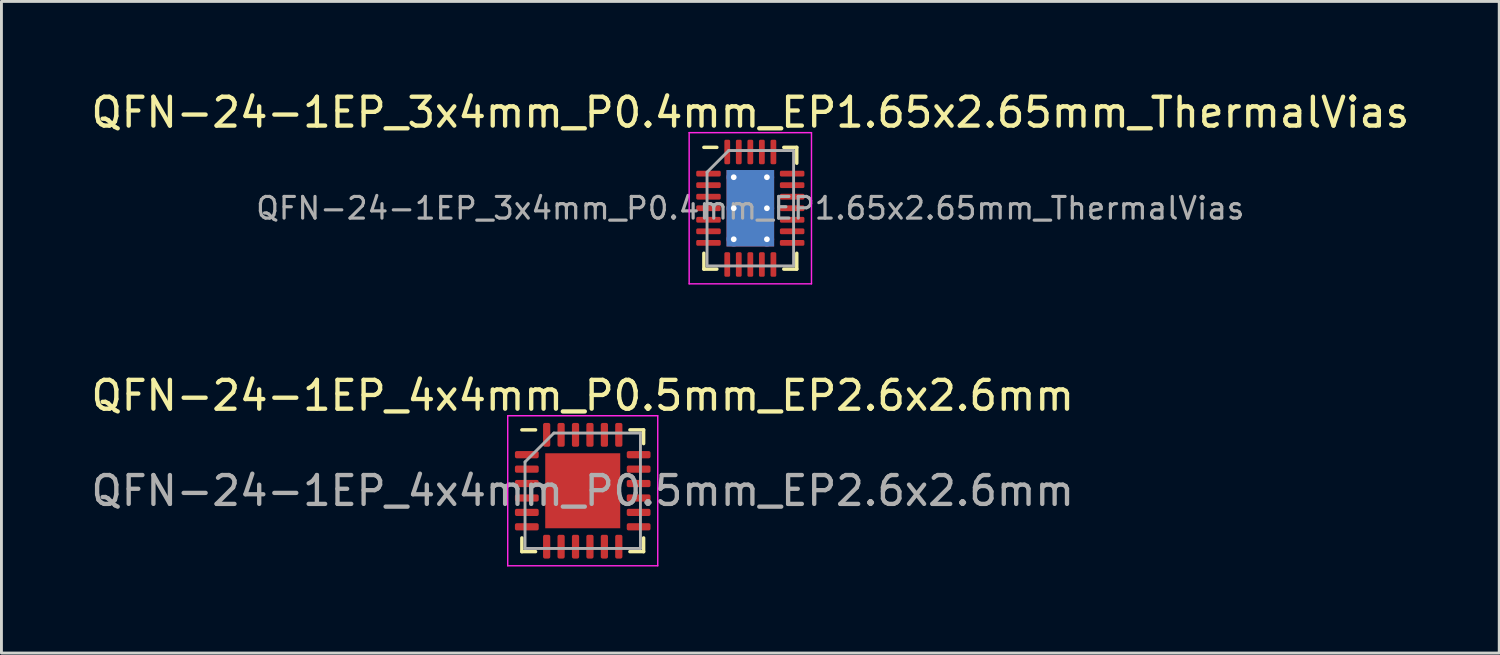
<source format=kicad_pcb>
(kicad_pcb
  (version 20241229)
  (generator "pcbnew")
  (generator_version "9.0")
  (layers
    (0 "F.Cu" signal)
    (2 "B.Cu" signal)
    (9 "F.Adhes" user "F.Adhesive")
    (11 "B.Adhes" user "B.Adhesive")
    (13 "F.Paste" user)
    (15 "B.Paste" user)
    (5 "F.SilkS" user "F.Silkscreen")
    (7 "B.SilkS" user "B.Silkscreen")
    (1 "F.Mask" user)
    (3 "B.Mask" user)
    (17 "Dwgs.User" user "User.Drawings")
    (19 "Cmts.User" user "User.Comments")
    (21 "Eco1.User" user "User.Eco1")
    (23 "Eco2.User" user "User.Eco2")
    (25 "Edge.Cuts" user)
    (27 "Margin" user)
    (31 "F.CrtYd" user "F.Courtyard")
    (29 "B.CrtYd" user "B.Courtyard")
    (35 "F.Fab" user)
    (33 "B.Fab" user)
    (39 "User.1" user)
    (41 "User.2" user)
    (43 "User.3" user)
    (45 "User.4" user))
  (footprint "QFN-24-1EP_4x4mm_P0.5mm_EP2.6x2.6mm"
    (layer "F.Cu")
    (at 17.149 13.961)
    (property "Reference" "QFN-24-1EP_4x4mm_P0.5mm_EP2.6x2.6mm" (at 0 -3.3 0) (layer "F.SilkS") (effects (font (size 1 1) (thickness 0.15))))
    (attr smd)
    (fp_line (start -2.11 2.11) (end -2.11 1.635) (stroke (width 0.12) (type solid)) (layer "F.SilkS"))
    (fp_line (start -1.635 -2.11) (end -2.11 -2.11) (stroke (width 0.12) (type solid)) (layer "F.SilkS"))
    (fp_line (start -1.635 2.11) (end -2.11 2.11) (stroke (width 0.12) (type solid)) (layer "F.SilkS"))
    (fp_line (start 1.635 -2.11) (end 2.11 -2.11) (stroke (width 0.12) (type solid)) (layer "F.SilkS"))
    (fp_line (start 1.635 2.11) (end 2.11 2.11) (stroke (width 0.12) (type solid)) (layer "F.SilkS"))
    (fp_line (start 2.11 -2.11) (end 2.11 -1.635) (stroke (width 0.12) (type solid)) (layer "F.SilkS"))
    (fp_line (start 2.11 2.11) (end 2.11 1.635) (stroke (width 0.12) (type solid)) (layer "F.SilkS"))
    (fp_line (start -2.6 -2.6) (end -2.6 2.6) (stroke (width 0.05) (type solid)) (layer "F.CrtYd"))
    (fp_line (start -2.6 2.6) (end 2.6 2.6) (stroke (width 0.05) (type solid)) (layer "F.CrtYd"))
    (fp_line (start 2.6 -2.6) (end -2.6 -2.6) (stroke (width 0.05) (type solid)) (layer "F.CrtYd"))
    (fp_line (start 2.6 2.6) (end 2.6 -2.6) (stroke (width 0.05) (type solid)) (layer "F.CrtYd"))
    (fp_line (start -2 -1) (end -1 -2) (stroke (width 0.1) (type solid)) (layer "F.Fab"))
    (fp_line (start -2 2) (end -2 -1) (stroke (width 0.1) (type solid)) (layer "F.Fab"))
    (fp_line (start -1 -2) (end 2 -2) (stroke (width 0.1) (type solid)) (layer "F.Fab"))
    (fp_line (start 2 -2) (end 2 2) (stroke (width 0.1) (type solid)) (layer "F.Fab"))
    (fp_line (start 2 2) (end -2 2) (stroke (width 0.1) (type solid)) (layer "F.Fab"))
    (fp_text user "${REFERENCE}" (at 0 0 0) (layer "F.Fab") (effects (font (size 1 1) (thickness 0.15))))
    (pad "" smd roundrect (at -0.65 -0.65) (size 1.05 1.05) (layers "F.Paste") (roundrect_rratio 0.238))
    (pad "" smd roundrect (at -0.65 0.65) (size 1.05 1.05) (layers "F.Paste") (roundrect_rratio 0.238))
    (pad "" smd roundrect (at 0.65 -0.65) (size 1.05 1.05) (layers "F.Paste") (roundrect_rratio 0.238))
    (pad "" smd roundrect (at 0.65 0.65) (size 1.05 1.05) (layers "F.Paste") (roundrect_rratio 0.238))
    (pad "1" smd roundrect (at -1.938 -1.25) (size 0.825 0.25) (layers "F.Cu" "F.Mask" "F.Paste") (roundrect_rratio 0.25))
    (pad "2" smd roundrect (at -1.938 -0.75) (size 0.825 0.25) (layers "F.Cu" "F.Mask" "F.Paste") (roundrect_rratio 0.25))
    (pad "3" smd roundrect (at -1.938 -0.25) (size 0.825 0.25) (layers "F.Cu" "F.Mask" "F.Paste") (roundrect_rratio 0.25))
    (pad "4" smd roundrect (at -1.938 0.25) (size 0.825 0.25) (layers "F.Cu" "F.Mask" "F.Paste") (roundrect_rratio 0.25))
    (pad "5" smd roundrect (at -1.938 0.75) (size 0.825 0.25) (layers "F.Cu" "F.Mask" "F.Paste") (roundrect_rratio 0.25))
    (pad "6" smd roundrect (at -1.938 1.25) (size 0.825 0.25) (layers "F.Cu" "F.Mask" "F.Paste") (roundrect_rratio 0.25))
    (pad "7" smd roundrect (at -1.25 1.938) (size 0.25 0.825) (layers "F.Cu" "F.Mask" "F.Paste") (roundrect_rratio 0.25))
    (pad "8" smd roundrect (at -0.75 1.938) (size 0.25 0.825) (layers "F.Cu" "F.Mask" "F.Paste") (roundrect_rratio 0.25))
    (pad "9" smd roundrect (at -0.25 1.938) (size 0.25 0.825) (layers "F.Cu" "F.Mask" "F.Paste") (roundrect_rratio 0.25))
    (pad "10" smd roundrect (at 0.25 1.938) (size 0.25 0.825) (layers "F.Cu" "F.Mask" "F.Paste") (roundrect_rratio 0.25))
    (pad "11" smd roundrect (at 0.75 1.938) (size 0.25 0.825) (layers "F.Cu" "F.Mask" "F.Paste") (roundrect_rratio 0.25))
    (pad "12" smd roundrect (at 1.25 1.938) (size 0.25 0.825) (layers "F.Cu" "F.Mask" "F.Paste") (roundrect_rratio 0.25))
    (pad "13" smd roundrect (at 1.938 1.25) (size 0.825 0.25) (layers "F.Cu" "F.Mask" "F.Paste") (roundrect_rratio 0.25))
    (pad "14" smd roundrect (at 1.938 0.75) (size 0.825 0.25) (layers "F.Cu" "F.Mask" "F.Paste") (roundrect_rratio 0.25))
    (pad "15" smd roundrect (at 1.938 0.25) (size 0.825 0.25) (layers "F.Cu" "F.Mask" "F.Paste") (roundrect_rratio 0.25))
    (pad "16" smd roundrect (at 1.938 -0.25) (size 0.825 0.25) (layers "F.Cu" "F.Mask" "F.Paste") (roundrect_rratio 0.25))
    (pad "17" smd roundrect (at 1.938 -0.75) (size 0.825 0.25) (layers "F.Cu" "F.Mask" "F.Paste") (roundrect_rratio 0.25))
    (pad "18" smd roundrect (at 1.938 -1.25) (size 0.825 0.25) (layers "F.Cu" "F.Mask" "F.Paste") (roundrect_rratio 0.25))
    (pad "19" smd roundrect (at 1.25 -1.938) (size 0.25 0.825) (layers "F.Cu" "F.Mask" "F.Paste") (roundrect_rratio 0.25))
    (pad "20" smd roundrect (at 0.75 -1.938) (size 0.25 0.825) (layers "F.Cu" "F.Mask" "F.Paste") (roundrect_rratio 0.25))
    (pad "21" smd roundrect (at 0.25 -1.938) (size 0.25 0.825) (layers "F.Cu" "F.Mask" "F.Paste") (roundrect_rratio 0.25))
    (pad "22" smd roundrect (at -0.25 -1.938) (size 0.25 0.825) (layers "F.Cu" "F.Mask" "F.Paste") (roundrect_rratio 0.25))
    (pad "23" smd roundrect (at -0.75 -1.938) (size 0.25 0.825) (layers "F.Cu" "F.Mask" "F.Paste") (roundrect_rratio 0.25))
    (pad "24" smd roundrect (at -1.25 -1.938) (size 0.25 0.825) (layers "F.Cu" "F.Mask" "F.Paste") (roundrect_rratio 0.25))
    (pad "25" smd rect (at 0 0) (size 2.6 2.6) (layers "F.Cu" "F.Mask")))
  (footprint "QFN-24-1EP_3x4mm_P0.4mm_EP1.65x2.65mm_ThermalVias"
    (layer "F.Cu")
    (at 22.958 4.168)
    (property "Reference" "QFN-24-1EP_3x4mm_P0.4mm_EP1.65x2.65mm_ThermalVias" (at 0 -3.32 0) (layer "F.SilkS") (effects (font (size 1 1) (thickness 0.15))))
    (attr smd)
    (fp_line (start -1.61 2.11) (end -1.61 1.56) (stroke (width 0.12) (type solid)) (layer "F.SilkS"))
    (fp_line (start -1.16 -2.11) (end -1.61 -2.11) (stroke (width 0.12) (type solid)) (layer "F.SilkS"))
    (fp_line (start -1.16 2.11) (end -1.61 2.11) (stroke (width 0.12) (type solid)) (layer "F.SilkS"))
    (fp_line (start 1.16 -2.11) (end 1.61 -2.11) (stroke (width 0.12) (type solid)) (layer "F.SilkS"))
    (fp_line (start 1.16 2.11) (end 1.61 2.11) (stroke (width 0.12) (type solid)) (layer "F.SilkS"))
    (fp_line (start 1.61 -2.11) (end 1.61 -1.56) (stroke (width 0.12) (type solid)) (layer "F.SilkS"))
    (fp_line (start 1.61 2.11) (end 1.61 1.56) (stroke (width 0.12) (type solid)) (layer "F.SilkS"))
    (fp_line (start -2.12 -2.62) (end -2.12 2.62) (stroke (width 0.05) (type solid)) (layer "F.CrtYd"))
    (fp_line (start -2.12 2.62) (end 2.12 2.62) (stroke (width 0.05) (type solid)) (layer "F.CrtYd"))
    (fp_line (start 2.12 -2.62) (end -2.12 -2.62) (stroke (width 0.05) (type solid)) (layer "F.CrtYd"))
    (fp_line (start 2.12 2.62) (end 2.12 -2.62) (stroke (width 0.05) (type solid)) (layer "F.CrtYd"))
    (fp_line (start -1.5 -1.25) (end -0.75 -2) (stroke (width 0.1) (type solid)) (layer "F.Fab"))
    (fp_line (start -1.5 2) (end -1.5 -1.25) (stroke (width 0.1) (type solid)) (layer "F.Fab"))
    (fp_line (start -0.75 -2) (end 1.5 -2) (stroke (width 0.1) (type solid)) (layer "F.Fab"))
    (fp_line (start 1.5 -2) (end 1.5 2) (stroke (width 0.1) (type solid)) (layer "F.Fab"))
    (fp_line (start 1.5 2) (end -1.5 2) (stroke (width 0.1) (type solid)) (layer "F.Fab"))
    (fp_text user "${REFERENCE}" (at 0 0 0) (layer "F.Fab") (effects (font (size 0.75 0.75) (thickness 0.11))))
    (pad "" smd roundrect (at -0.41 -0.88) (size 0.71 0.76) (layers "F.Paste") (roundrect_rratio 0.25))
    (pad "" smd roundrect (at -0.41 0) (size 0.71 0.76) (layers "F.Paste") (roundrect_rratio 0.25))
    (pad "" smd roundrect (at -0.41 0.88) (size 0.71 0.76) (layers "F.Paste") (roundrect_rratio 0.25))
    (pad "" smd roundrect (at 0.41 -0.88) (size 0.71 0.76) (layers "F.Paste") (roundrect_rratio 0.25))
    (pad "" smd roundrect (at 0.41 0) (size 0.71 0.76) (layers "F.Paste") (roundrect_rratio 0.25))
    (pad "" smd roundrect (at 0.41 0.88) (size 0.71 0.76) (layers "F.Paste") (roundrect_rratio 0.25))
    (pad "1" smd roundrect (at -1.45 -1.2) (size 0.85 0.2) (layers "F.Cu" "F.Mask" "F.Paste") (roundrect_rratio 0.25))
    (pad "2" smd roundrect (at -1.45 -0.8) (size 0.85 0.2) (layers "F.Cu" "F.Mask" "F.Paste") (roundrect_rratio 0.25))
    (pad "3" smd roundrect (at -1.45 -0.4) (size 0.85 0.2) (layers "F.Cu" "F.Mask" "F.Paste") (roundrect_rratio 0.25))
    (pad "4" smd roundrect (at -1.45 0) (size 0.85 0.2) (layers "F.Cu" "F.Mask" "F.Paste") (roundrect_rratio 0.25))
    (pad "5" smd roundrect (at -1.45 0.4) (size 0.85 0.2) (layers "F.Cu" "F.Mask" "F.Paste") (roundrect_rratio 0.25))
    (pad "6" smd roundrect (at -1.45 0.8) (size 0.85 0.2) (layers "F.Cu" "F.Mask" "F.Paste") (roundrect_rratio 0.25))
    (pad "7" smd roundrect (at -1.45 1.2) (size 0.85 0.2) (layers "F.Cu" "F.Mask" "F.Paste") (roundrect_rratio 0.25))
    (pad "8" smd roundrect (at -0.8 1.95) (size 0.2 0.85) (layers "F.Cu" "F.Mask" "F.Paste") (roundrect_rratio 0.25))
    (pad "9" smd roundrect (at -0.4 1.95) (size 0.2 0.85) (layers "F.Cu" "F.Mask" "F.Paste") (roundrect_rratio 0.25))
    (pad "10" smd roundrect (at 0 1.95) (size 0.2 0.85) (layers "F.Cu" "F.Mask" "F.Paste") (roundrect_rratio 0.25))
    (pad "11" smd roundrect (at 0.4 1.95) (size 0.2 0.85) (layers "F.Cu" "F.Mask" "F.Paste") (roundrect_rratio 0.25))
    (pad "12" smd roundrect (at 0.8 1.95) (size 0.2 0.85) (layers "F.Cu" "F.Mask" "F.Paste") (roundrect_rratio 0.25))
    (pad "13" smd roundrect (at 1.45 1.2) (size 0.85 0.2) (layers "F.Cu" "F.Mask" "F.Paste") (roundrect_rratio 0.25))
    (pad "14" smd roundrect (at 1.45 0.8) (size 0.85 0.2) (layers "F.Cu" "F.Mask" "F.Paste") (roundrect_rratio 0.25))
    (pad "15" smd roundrect (at 1.45 0.4) (size 0.85 0.2) (layers "F.Cu" "F.Mask" "F.Paste") (roundrect_rratio 0.25))
    (pad "16" smd roundrect (at 1.45 0) (size 0.85 0.2) (layers "F.Cu" "F.Mask" "F.Paste") (roundrect_rratio 0.25))
    (pad "17" smd roundrect (at 1.45 -0.4) (size 0.85 0.2) (layers "F.Cu" "F.Mask" "F.Paste") (roundrect_rratio 0.25))
    (pad "18" smd roundrect (at 1.45 -0.8) (size 0.85 0.2) (layers "F.Cu" "F.Mask" "F.Paste") (roundrect_rratio 0.25))
    (pad "19" smd roundrect (at 1.45 -1.2) (size 0.85 0.2) (layers "F.Cu" "F.Mask" "F.Paste") (roundrect_rratio 0.25))
    (pad "20" smd roundrect (at 0.8 -1.95) (size 0.2 0.85) (layers "F.Cu" "F.Mask" "F.Paste") (roundrect_rratio 0.25))
    (pad "21" smd roundrect (at 0.4 -1.95) (size 0.2 0.85) (layers "F.Cu" "F.Mask" "F.Paste") (roundrect_rratio 0.25))
    (pad "22" smd roundrect (at 0 -1.95) (size 0.2 0.85) (layers "F.Cu" "F.Mask" "F.Paste") (roundrect_rratio 0.25))
    (pad "23" smd roundrect (at -0.4 -1.95) (size 0.2 0.85) (layers "F.Cu" "F.Mask" "F.Paste") (roundrect_rratio 0.25))
    (pad "24" smd roundrect (at -0.8 -1.95) (size 0.2 0.85) (layers "F.Cu" "F.Mask" "F.Paste") (roundrect_rratio 0.25))
    (pad "25" thru_hole circle (at -0.575 -1.075) (size 0.5 0.5) (drill 0.2) (layers "*.Cu"))
    (pad "25" thru_hole circle (at -0.575 0) (size 0.5 0.5) (drill 0.2) (layers "*.Cu"))
    (pad "25" thru_hole circle (at -0.575 1.075) (size 0.5 0.5) (drill 0.2) (layers "*.Cu"))
    (pad "25" smd rect (at 0 0) (size 1.65 2.65) (layers "F.Cu" "F.Mask"))
    (pad "25" smd rect (at 0 0) (size 1.65 2.65) (layers "B.Cu"))
    (pad "25" thru_hole circle (at 0.575 -1.075) (size 0.5 0.5) (drill 0.2) (layers "*.Cu"))
    (pad "25" thru_hole circle (at 0.575 0) (size 0.5 0.5) (drill 0.2) (layers "*.Cu"))
    (pad "25" thru_hole circle (at 0.575 1.075) (size 0.5 0.5) (drill 0.2) (layers "*.Cu")))
  (gr_rect
    (start -3 -3)
    (end 48.917 19.587)
    (stroke (width 0.1) (type default))
    (fill no)
    (layer "Edge.Cuts")))
</source>
